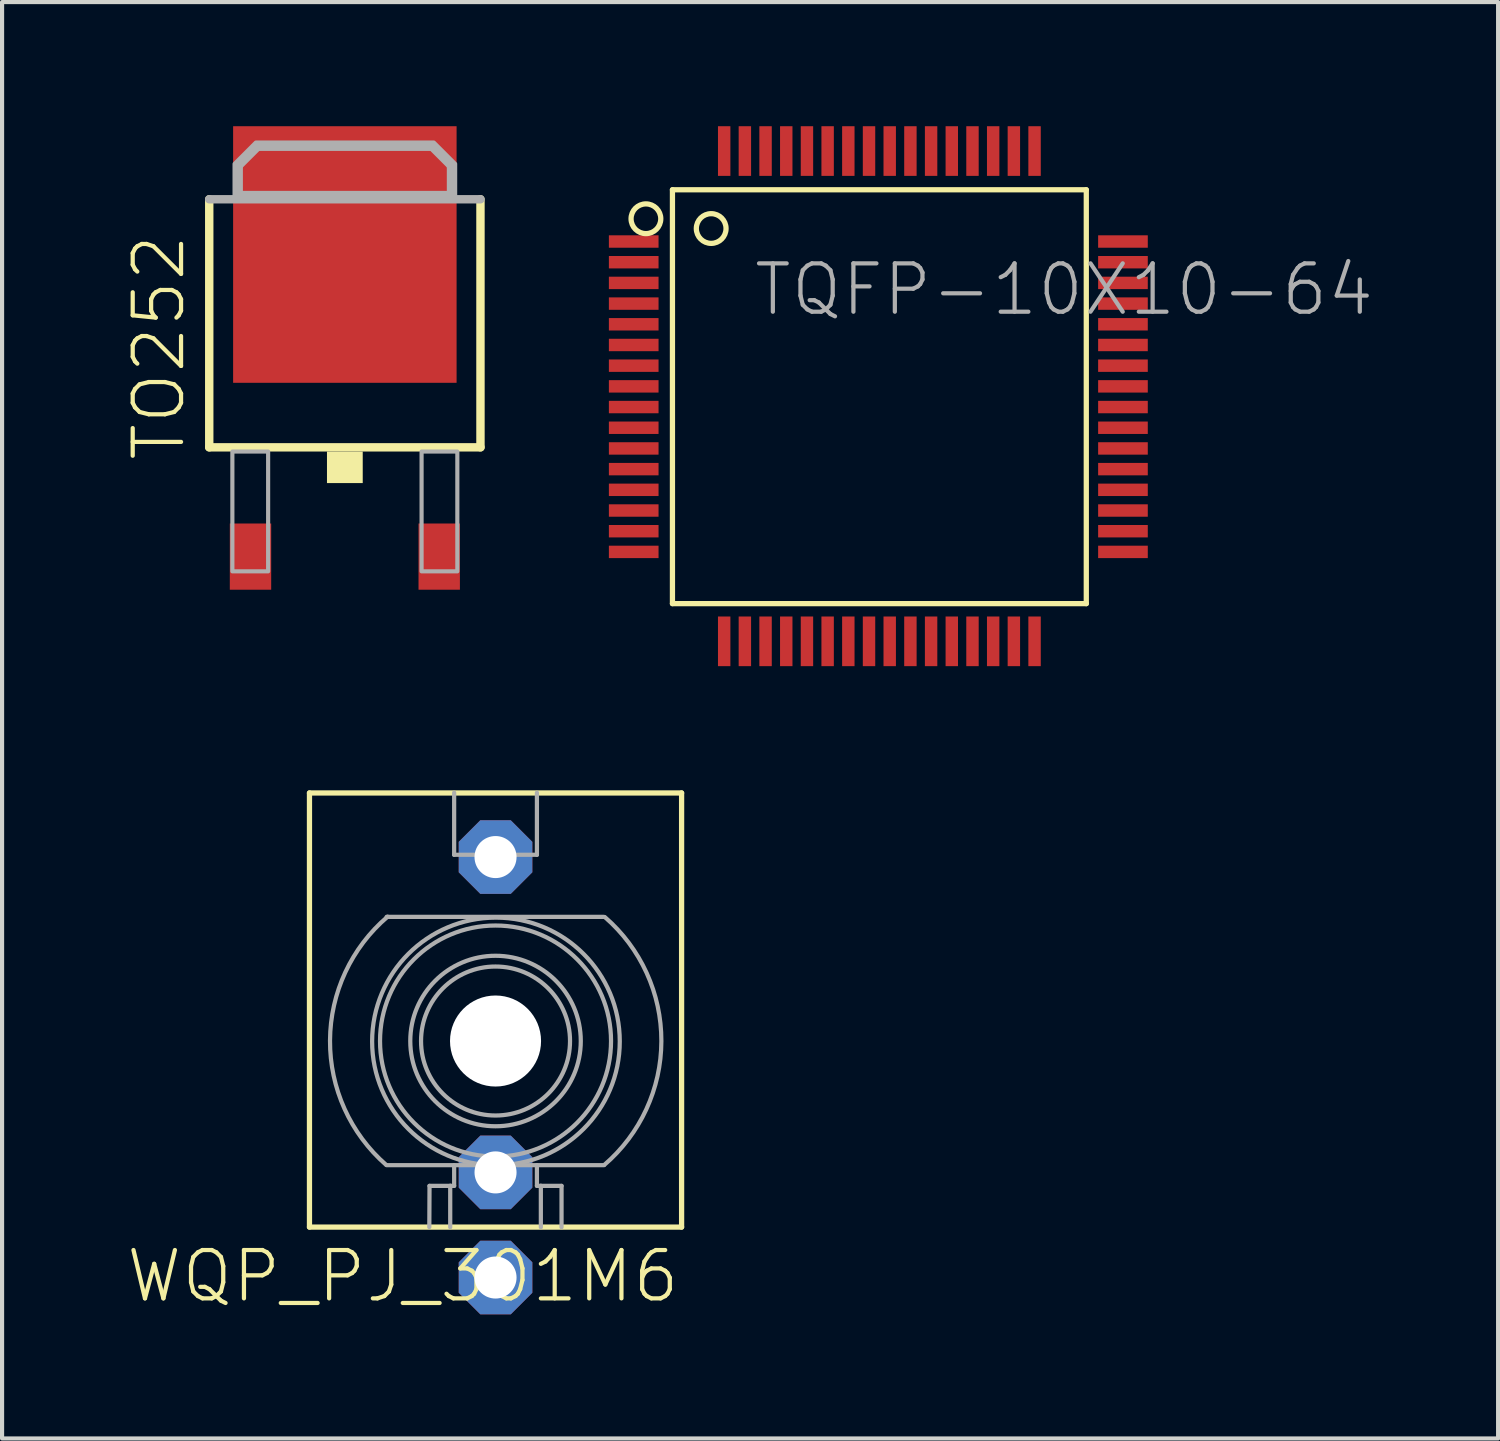
<source format=kicad_pcb>
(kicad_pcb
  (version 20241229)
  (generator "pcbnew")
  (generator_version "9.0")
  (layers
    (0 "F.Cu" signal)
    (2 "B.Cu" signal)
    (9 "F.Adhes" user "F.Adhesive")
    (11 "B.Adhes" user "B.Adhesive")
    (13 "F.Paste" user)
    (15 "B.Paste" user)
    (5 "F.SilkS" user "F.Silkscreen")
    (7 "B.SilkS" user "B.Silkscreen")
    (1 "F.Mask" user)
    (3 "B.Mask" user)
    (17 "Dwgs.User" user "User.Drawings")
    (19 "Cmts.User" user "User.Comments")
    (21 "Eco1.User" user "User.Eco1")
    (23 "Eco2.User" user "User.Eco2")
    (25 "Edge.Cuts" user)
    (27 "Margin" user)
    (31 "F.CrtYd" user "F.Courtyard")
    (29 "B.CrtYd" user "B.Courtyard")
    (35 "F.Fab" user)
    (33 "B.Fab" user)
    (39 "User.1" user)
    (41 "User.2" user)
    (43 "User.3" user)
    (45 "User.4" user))
  (footprint "TO252"
    (layer "F.Cu")
    (at 5.283 5.6)
    (property "Reference" "TO252" (at -3.81 2.54 90) (layer "F.SilkS") (effects (font (size 1.168 1.168) (thickness 0.102)) (justify left bottom)))
    (fp_line (start -3.277 2.159) (end -3.277 -3.835) (stroke (width 0.203) (type solid)) (layer "F.SilkS"))
    (fp_line (start 3.277 -3.835) (end 3.277 2.159) (stroke (width 0.203) (type solid)) (layer "F.SilkS"))
    (fp_line (start 3.277 2.159) (end -3.277 2.159) (stroke (width 0.203) (type solid)) (layer "F.SilkS"))
    (fp_poly (pts (xy -0.432 3.023) (xy 0.432 3.023) (xy 0.432 2.261) (xy -0.432 2.261)) (stroke (width 0) (type solid)) (fill yes) (layer "F.SilkS"))
    (fp_line (start -3.277 -3.835) (end 3.277 -3.835) (stroke (width 0.203) (type solid)) (layer "F.Fab"))
    (fp_line (start -2.565 -4.648) (end -2.108 -5.105) (stroke (width 0.203) (type solid)) (layer "F.Fab"))
    (fp_line (start -2.565 -3.937) (end -2.565 -4.648) (stroke (width 0.203) (type solid)) (layer "F.Fab"))
    (fp_line (start -2.108 -5.105) (end 2.108 -5.105) (stroke (width 0.203) (type solid)) (layer "F.Fab"))
    (fp_line (start 2.108 -5.105) (end 2.565 -4.648) (stroke (width 0.203) (type solid)) (layer "F.Fab"))
    (fp_line (start 2.565 -4.648) (end 2.565 -3.937) (stroke (width 0.203) (type solid)) (layer "F.Fab"))
    (fp_line (start 2.565 -3.937) (end -2.565 -3.937) (stroke (width 0.203) (type solid)) (layer "F.Fab"))
    (fp_poly (pts (xy -2.718 5.156) (xy -1.854 5.156) (xy -1.854 2.261) (xy -2.718 2.261)) (stroke (width 0.1) (type solid)) (fill no) (layer "F.Fab"))
    (fp_poly (pts (xy 1.854 5.156) (xy 2.718 5.156) (xy 2.718 2.261) (xy 1.854 2.261)) (stroke (width 0.1) (type solid)) (fill no) (layer "F.Fab"))
    (fp_poly (pts (xy 2.665 -4.69) (xy 2.665 -3.837) (xy -2.665 -3.837) (xy -2.665 -4.69) (xy -2.15 -5.205) (xy 2.15 -5.205)) (stroke (width 0.1) (type solid)) (fill no) (layer "F.Fab"))
    (pad "1" smd rect (at -2.28 4.8) (size 1 1.6) (layers "F.Cu" "F.Mask" "F.Paste"))
    (pad "2" smd rect (at 2.28 4.8) (size 1 1.6) (layers "F.Cu" "F.Mask" "F.Paste"))
    (pad "3" smd rect (at 0 -2.5) (size 5.4 6.2) (layers "F.Cu" "F.Mask" "F.Paste")))
  (footprint "TQFP-10X10-64"
    (layer "F.Cu")
    (at 18.199 6.536)
    (property "Reference" "TQFP-10X10-64" (at -3.086 -1.906 0) (layer "F.Fab") (effects (font (size 1.168 1.168) (thickness 0.102)) (justify left bottom)))
    (fp_line (start -5 -5) (end -5 5) (stroke (width 0.127) (type solid)) (layer "F.SilkS"))
    (fp_line (start -5 5) (end 5 5) (stroke (width 0.127) (type solid)) (layer "F.SilkS"))
    (fp_line (start 5 -5) (end -5 -5) (stroke (width 0.127) (type solid)) (layer "F.SilkS"))
    (fp_line (start 5 5) (end 5 -5) (stroke (width 0.127) (type solid)) (layer "F.SilkS"))
    (fp_circle (center -5.641 -4.3) (end -5.282 -4.3) (stroke (width 0.127) (type solid)) (fill no) (layer "F.SilkS"))
    (fp_circle (center -4.064 -4.064) (end -3.705 -4.064) (stroke (width 0.127) (type solid)) (fill no) (layer "F.SilkS"))
    (pad "1" smd rect (at -5.936 -3.75 270) (size 0.3 1.2) (layers "F.Cu" "F.Mask" "F.Paste"))
    (pad "2" smd rect (at -5.936 -3.25 270) (size 0.3 1.2) (layers "F.Cu" "F.Mask" "F.Paste"))
    (pad "3" smd rect (at -5.936 -2.75 270) (size 0.3 1.2) (layers "F.Cu" "F.Mask" "F.Paste"))
    (pad "4" smd rect (at -5.936 -2.25 270) (size 0.3 1.2) (layers "F.Cu" "F.Mask" "F.Paste"))
    (pad "5" smd rect (at -5.936 -1.75 270) (size 0.3 1.2) (layers "F.Cu" "F.Mask" "F.Paste"))
    (pad "6" smd rect (at -5.936 -1.25 270) (size 0.3 1.2) (layers "F.Cu" "F.Mask" "F.Paste"))
    (pad "7" smd rect (at -5.936 -0.75 270) (size 0.3 1.2) (layers "F.Cu" "F.Mask" "F.Paste"))
    (pad "8" smd rect (at -5.936 -0.25 270) (size 0.3 1.2) (layers "F.Cu" "F.Mask" "F.Paste"))
    (pad "9" smd rect (at -5.936 0.25 270) (size 0.3 1.2) (layers "F.Cu" "F.Mask" "F.Paste"))
    (pad "10" smd rect (at -5.936 0.75 270) (size 0.3 1.2) (layers "F.Cu" "F.Mask" "F.Paste"))
    (pad "11" smd rect (at -5.936 1.25 270) (size 0.3 1.2) (layers "F.Cu" "F.Mask" "F.Paste"))
    (pad "12" smd rect (at -5.936 1.75 270) (size 0.3 1.2) (layers "F.Cu" "F.Mask" "F.Paste"))
    (pad "13" smd rect (at -5.936 2.25 270) (size 0.3 1.2) (layers "F.Cu" "F.Mask" "F.Paste"))
    (pad "14" smd rect (at -5.936 2.75 270) (size 0.3 1.2) (layers "F.Cu" "F.Mask" "F.Paste"))
    (pad "15" smd rect (at -5.936 3.25 270) (size 0.3 1.2) (layers "F.Cu" "F.Mask" "F.Paste"))
    (pad "16" smd rect (at -5.936 3.75 270) (size 0.3 1.2) (layers "F.Cu" "F.Mask" "F.Paste"))
    (pad "17" smd rect (at -3.75 5.911) (size 0.3 1.2) (layers "F.Cu" "F.Mask" "F.Paste"))
    (pad "18" smd rect (at -3.25 5.911) (size 0.3 1.2) (layers "F.Cu" "F.Mask" "F.Paste"))
    (pad "19" smd rect (at -2.75 5.911) (size 0.3 1.2) (layers "F.Cu" "F.Mask" "F.Paste"))
    (pad "20" smd rect (at -2.25 5.911) (size 0.3 1.2) (layers "F.Cu" "F.Mask" "F.Paste"))
    (pad "21" smd rect (at -1.75 5.911) (size 0.3 1.2) (layers "F.Cu" "F.Mask" "F.Paste"))
    (pad "22" smd rect (at -1.25 5.911) (size 0.3 1.2) (layers "F.Cu" "F.Mask" "F.Paste"))
    (pad "23" smd rect (at -0.75 5.911) (size 0.3 1.2) (layers "F.Cu" "F.Mask" "F.Paste"))
    (pad "24" smd rect (at -0.25 5.911) (size 0.3 1.2) (layers "F.Cu" "F.Mask" "F.Paste"))
    (pad "25" smd rect (at 0.25 5.911) (size 0.3 1.2) (layers "F.Cu" "F.Mask" "F.Paste"))
    (pad "26" smd rect (at 0.75 5.911) (size 0.3 1.2) (layers "F.Cu" "F.Mask" "F.Paste"))
    (pad "27" smd rect (at 1.25 5.911) (size 0.3 1.2) (layers "F.Cu" "F.Mask" "F.Paste"))
    (pad "28" smd rect (at 1.75 5.911) (size 0.3 1.2) (layers "F.Cu" "F.Mask" "F.Paste"))
    (pad "29" smd rect (at 2.25 5.911) (size 0.3 1.2) (layers "F.Cu" "F.Mask" "F.Paste"))
    (pad "30" smd rect (at 2.75 5.911) (size 0.3 1.2) (layers "F.Cu" "F.Mask" "F.Paste"))
    (pad "31" smd rect (at 3.25 5.911) (size 0.3 1.2) (layers "F.Cu" "F.Mask" "F.Paste"))
    (pad "32" smd rect (at 3.75 5.911) (size 0.3 1.2) (layers "F.Cu" "F.Mask" "F.Paste"))
    (pad "33" smd rect (at 5.886 3.75 90) (size 0.3 1.2) (layers "F.Cu" "F.Mask" "F.Paste"))
    (pad "34" smd rect (at 5.886 3.25 90) (size 0.3 1.2) (layers "F.Cu" "F.Mask" "F.Paste"))
    (pad "35" smd rect (at 5.886 2.75 90) (size 0.3 1.2) (layers "F.Cu" "F.Mask" "F.Paste"))
    (pad "36" smd rect (at 5.886 2.25 90) (size 0.3 1.2) (layers "F.Cu" "F.Mask" "F.Paste"))
    (pad "37" smd rect (at 5.886 1.75 90) (size 0.3 1.2) (layers "F.Cu" "F.Mask" "F.Paste"))
    (pad "38" smd rect (at 5.886 1.25 90) (size 0.3 1.2) (layers "F.Cu" "F.Mask" "F.Paste"))
    (pad "39" smd rect (at 5.886 0.75 90) (size 0.3 1.2) (layers "F.Cu" "F.Mask" "F.Paste"))
    (pad "40" smd rect (at 5.886 0.25 90) (size 0.3 1.2) (layers "F.Cu" "F.Mask" "F.Paste"))
    (pad "41" smd rect (at 5.886 -0.25 90) (size 0.3 1.2) (layers "F.Cu" "F.Mask" "F.Paste"))
    (pad "42" smd rect (at 5.886 -0.75 90) (size 0.3 1.2) (layers "F.Cu" "F.Mask" "F.Paste"))
    (pad "43" smd rect (at 5.886 -1.25 90) (size 0.3 1.2) (layers "F.Cu" "F.Mask" "F.Paste"))
    (pad "44" smd rect (at 5.886 -1.75 90) (size 0.3 1.2) (layers "F.Cu" "F.Mask" "F.Paste"))
    (pad "45" smd rect (at 5.886 -2.25 90) (size 0.3 1.2) (layers "F.Cu" "F.Mask" "F.Paste"))
    (pad "46" smd rect (at 5.886 -2.75 90) (size 0.3 1.2) (layers "F.Cu" "F.Mask" "F.Paste"))
    (pad "47" smd rect (at 5.886 -3.25 90) (size 0.3 1.2) (layers "F.Cu" "F.Mask" "F.Paste"))
    (pad "48" smd rect (at 5.886 -3.75 90) (size 0.3 1.2) (layers "F.Cu" "F.Mask" "F.Paste"))
    (pad "49" smd rect (at 3.75 -5.936 180) (size 0.3 1.2) (layers "F.Cu" "F.Mask" "F.Paste"))
    (pad "50" smd rect (at 3.25 -5.936 180) (size 0.3 1.2) (layers "F.Cu" "F.Mask" "F.Paste"))
    (pad "51" smd rect (at 2.75 -5.936 180) (size 0.3 1.2) (layers "F.Cu" "F.Mask" "F.Paste"))
    (pad "52" smd rect (at 2.25 -5.936 180) (size 0.3 1.2) (layers "F.Cu" "F.Mask" "F.Paste"))
    (pad "53" smd rect (at 1.75 -5.936 180) (size 0.3 1.2) (layers "F.Cu" "F.Mask" "F.Paste"))
    (pad "54" smd rect (at 1.25 -5.936 180) (size 0.3 1.2) (layers "F.Cu" "F.Mask" "F.Paste"))
    (pad "55" smd rect (at 0.75 -5.936 180) (size 0.3 1.2) (layers "F.Cu" "F.Mask" "F.Paste"))
    (pad "56" smd rect (at 0.25 -5.936 180) (size 0.3 1.2) (layers "F.Cu" "F.Mask" "F.Paste"))
    (pad "57" smd rect (at -0.25 -5.936 180) (size 0.3 1.2) (layers "F.Cu" "F.Mask" "F.Paste"))
    (pad "58" smd rect (at -0.75 -5.936 180) (size 0.3 1.2) (layers "F.Cu" "F.Mask" "F.Paste"))
    (pad "59" smd rect (at -1.25 -5.936 180) (size 0.3 1.2) (layers "F.Cu" "F.Mask" "F.Paste"))
    (pad "60" smd rect (at -1.75 -5.936 180) (size 0.3 1.2) (layers "F.Cu" "F.Mask" "F.Paste"))
    (pad "61" smd rect (at -2.25 -5.936 180) (size 0.3 1.2) (layers "F.Cu" "F.Mask" "F.Paste"))
    (pad "62" smd rect (at -2.75 -5.936 180) (size 0.3 1.2) (layers "F.Cu" "F.Mask" "F.Paste"))
    (pad "63" smd rect (at -3.25 -5.936 180) (size 0.3 1.2) (layers "F.Cu" "F.Mask" "F.Paste"))
    (pad "64" smd rect (at -3.75 -5.936 180) (size 0.3 1.2) (layers "F.Cu" "F.Mask" "F.Paste")))
  (footprint "WQP_PJ_301M6"
    (layer "F.Cu")
    (at 8.924 22.105)
    (property "Reference" "WQP_PJ_301M6" (at 4.5 5 0) (layer "F.SilkS") (effects (font (size 1.168 1.168) (thickness 0.102)) (justify right top)))
    (fp_line (start -4.496 -5.994) (end 4.496 -5.994) (stroke (width 0.127) (type solid)) (layer "F.SilkS"))
    (fp_line (start -4.496 4.496) (end -4.496 -5.994) (stroke (width 0.127) (type solid)) (layer "F.SilkS"))
    (fp_line (start 4.496 -5.994) (end 4.496 4.496) (stroke (width 0.127) (type solid)) (layer "F.SilkS"))
    (fp_line (start 4.496 4.496) (end -4.496 4.496) (stroke (width 0.127) (type solid)) (layer "F.SilkS"))
    (fp_line (start -2.631 -3) (end 2.62 -3) (stroke (width 0.102) (type solid)) (layer "F.Fab"))
    (fp_line (start -2.631 3) (end 2.62 3) (stroke (width 0.102) (type solid)) (layer "F.Fab"))
    (fp_line (start -1.6 4.496) (end -1.595 3.5) (stroke (width 0.102) (type solid)) (layer "F.Fab"))
    (fp_line (start -1.595 3.5) (end -1.095 3.5) (stroke (width 0.102) (type solid)) (layer "F.Fab"))
    (fp_line (start -1.095 3.5) (end -1.095 4.5) (stroke (width 0.102) (type solid)) (layer "F.Fab"))
    (fp_line (start -1.095 3.5) (end -1 3.5) (stroke (width 0.102) (type solid)) (layer "F.Fab"))
    (fp_line (start -1 -4.5) (end -1 -6) (stroke (width 0.102) (type solid)) (layer "F.Fab"))
    (fp_line (start -1 0) (end 1 0) (stroke (width 0.102) (type solid)) (layer "F.Fab"))
    (fp_line (start -1 3.5) (end -1 3) (stroke (width 0.102) (type solid)) (layer "F.Fab"))
    (fp_line (start 0 -1) (end 0 1) (stroke (width 0.102) (type solid)) (layer "F.Fab"))
    (fp_line (start 1 -6) (end 1 -4.5) (stroke (width 0.102) (type solid)) (layer "F.Fab"))
    (fp_line (start 1 -4.5) (end -1 -4.5) (stroke (width 0.102) (type solid)) (layer "F.Fab"))
    (fp_line (start 1 3) (end 1 3.5) (stroke (width 0.102) (type solid)) (layer "F.Fab"))
    (fp_line (start 1 3.5) (end 1.095 3.5) (stroke (width 0.102) (type solid)) (layer "F.Fab"))
    (fp_line (start 1.095 3.5) (end 1.095 4.5) (stroke (width 0.102) (type solid)) (layer "F.Fab"))
    (fp_line (start 1.095 3.5) (end 1.595 3.5) (stroke (width 0.102) (type solid)) (layer "F.Fab"))
    (fp_line (start 1.595 3.5) (end 1.595 4.5) (stroke (width 0.102) (type solid)) (layer "F.Fab"))
    (fp_arc (start -2.641998 2.994) (mid -3.999529 -0.012791) (end -2.608 -3.004) (stroke (width 0.1016) (type solid)) (layer "F.Fab"))
    (fp_arc (start 2.642 -2.994) (mid 4.007235 0.003208) (end 2.628 2.994) (stroke (width 0.1016) (type solid)) (layer "F.Fab"))
    (fp_circle (center 0 0) (end 1.8 0) (stroke (width 0.102) (type solid)) (fill no) (layer "F.Fab"))
    (fp_circle (center 0 0) (end 2.06 0) (stroke (width 0.102) (type solid)) (fill no) (layer "F.Fab"))
    (fp_circle (center 0 0) (end 2.791 0) (stroke (width 0.102) (type solid)) (fill no) (layer "F.Fab"))
    (fp_circle (center 0.01 0.01) (end 3.002 0.01) (stroke (width 0.102) (type solid)) (fill no) (layer "F.Fab"))
    (pad "" np_thru_hole circle (at 0 0) (size 2.2 2.2) (drill 2.2) (layers "*.Cu" "*.Mask"))
    (pad "P1" thru_hole roundrect (at 0 5.715) (size 1.778 1.778) (drill 1.016) (layers "*.Cu" "*.Mask") (roundrect_rratio 0.25) (chamfer_ratio 0.293) (chamfer top_left top_right bottom_left bottom_right))
    (pad "P2" thru_hole roundrect (at 0 3.175) (size 1.778 1.778) (drill 1.016) (layers "*.Cu" "*.Mask") (roundrect_rratio 0.25) (chamfer_ratio 0.293) (chamfer top_left top_right bottom_left bottom_right))
    (pad "P3" thru_hole roundrect (at 0 -4.445) (size 1.778 1.778) (drill 1.016) (layers "*.Cu" "*.Mask") (roundrect_rratio 0.25) (chamfer_ratio 0.293) (chamfer top_left top_right bottom_left bottom_right)))
  (gr_rect
    (start -3 -3)
    (end 33.15 31.709)
    (stroke (width 0.1) (type default))
    (fill no)
    (layer "Edge.Cuts")))
</source>
